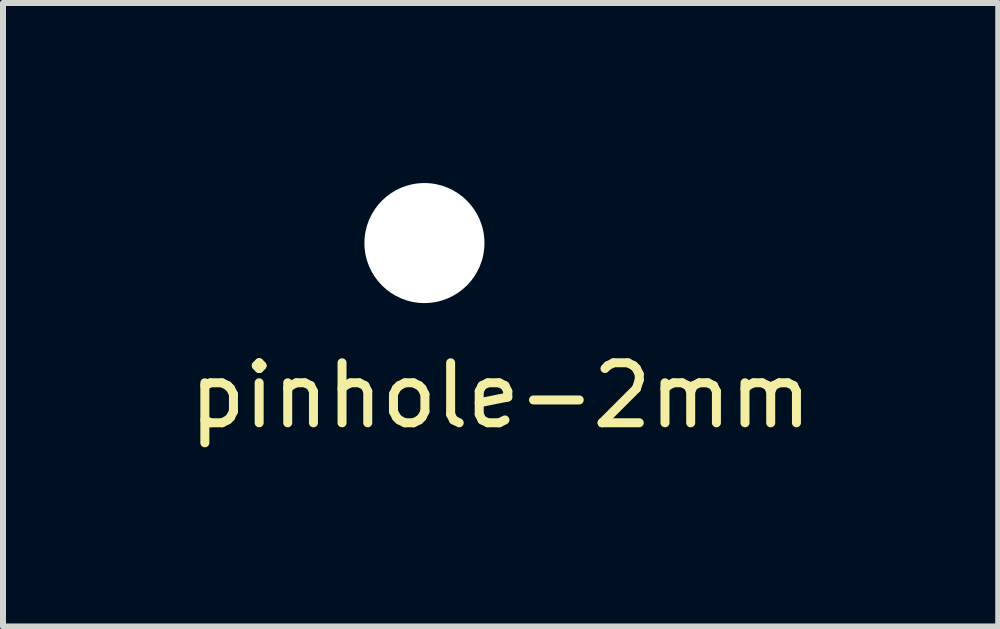
<source format=kicad_pcb>
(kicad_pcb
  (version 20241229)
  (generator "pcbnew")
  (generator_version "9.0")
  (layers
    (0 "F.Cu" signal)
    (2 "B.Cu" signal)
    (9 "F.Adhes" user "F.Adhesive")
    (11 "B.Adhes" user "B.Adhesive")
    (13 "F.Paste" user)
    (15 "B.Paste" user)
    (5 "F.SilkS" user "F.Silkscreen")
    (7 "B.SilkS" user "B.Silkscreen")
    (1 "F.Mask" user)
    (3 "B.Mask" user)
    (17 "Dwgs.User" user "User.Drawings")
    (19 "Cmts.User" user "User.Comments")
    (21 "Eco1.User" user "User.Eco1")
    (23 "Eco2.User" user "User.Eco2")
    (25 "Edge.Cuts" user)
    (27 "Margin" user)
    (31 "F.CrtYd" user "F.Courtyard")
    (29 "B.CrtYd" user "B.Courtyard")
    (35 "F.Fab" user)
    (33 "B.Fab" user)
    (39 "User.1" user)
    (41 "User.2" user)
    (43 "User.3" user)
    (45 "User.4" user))
  (footprint "pinhole-2mm"
    (layer "F.Cu")
    (at 4.022 1)
    (property "Reference" "pinhole-2mm" (at 1.27 2.54 0) (layer "F.SilkS") (effects (font (size 1 1) (thickness 0.15))))
    (attr through_hole)
    (pad "" np_thru_hole circle (at 0 0) (size 2 2) (drill 2) (layers "*.Cu")))
  (gr_rect
    (start -3 -3)
    (end 13.583 7.388)
    (stroke (width 0.1) (type default))
    (fill no)
    (layer "Edge.Cuts")))
</source>
